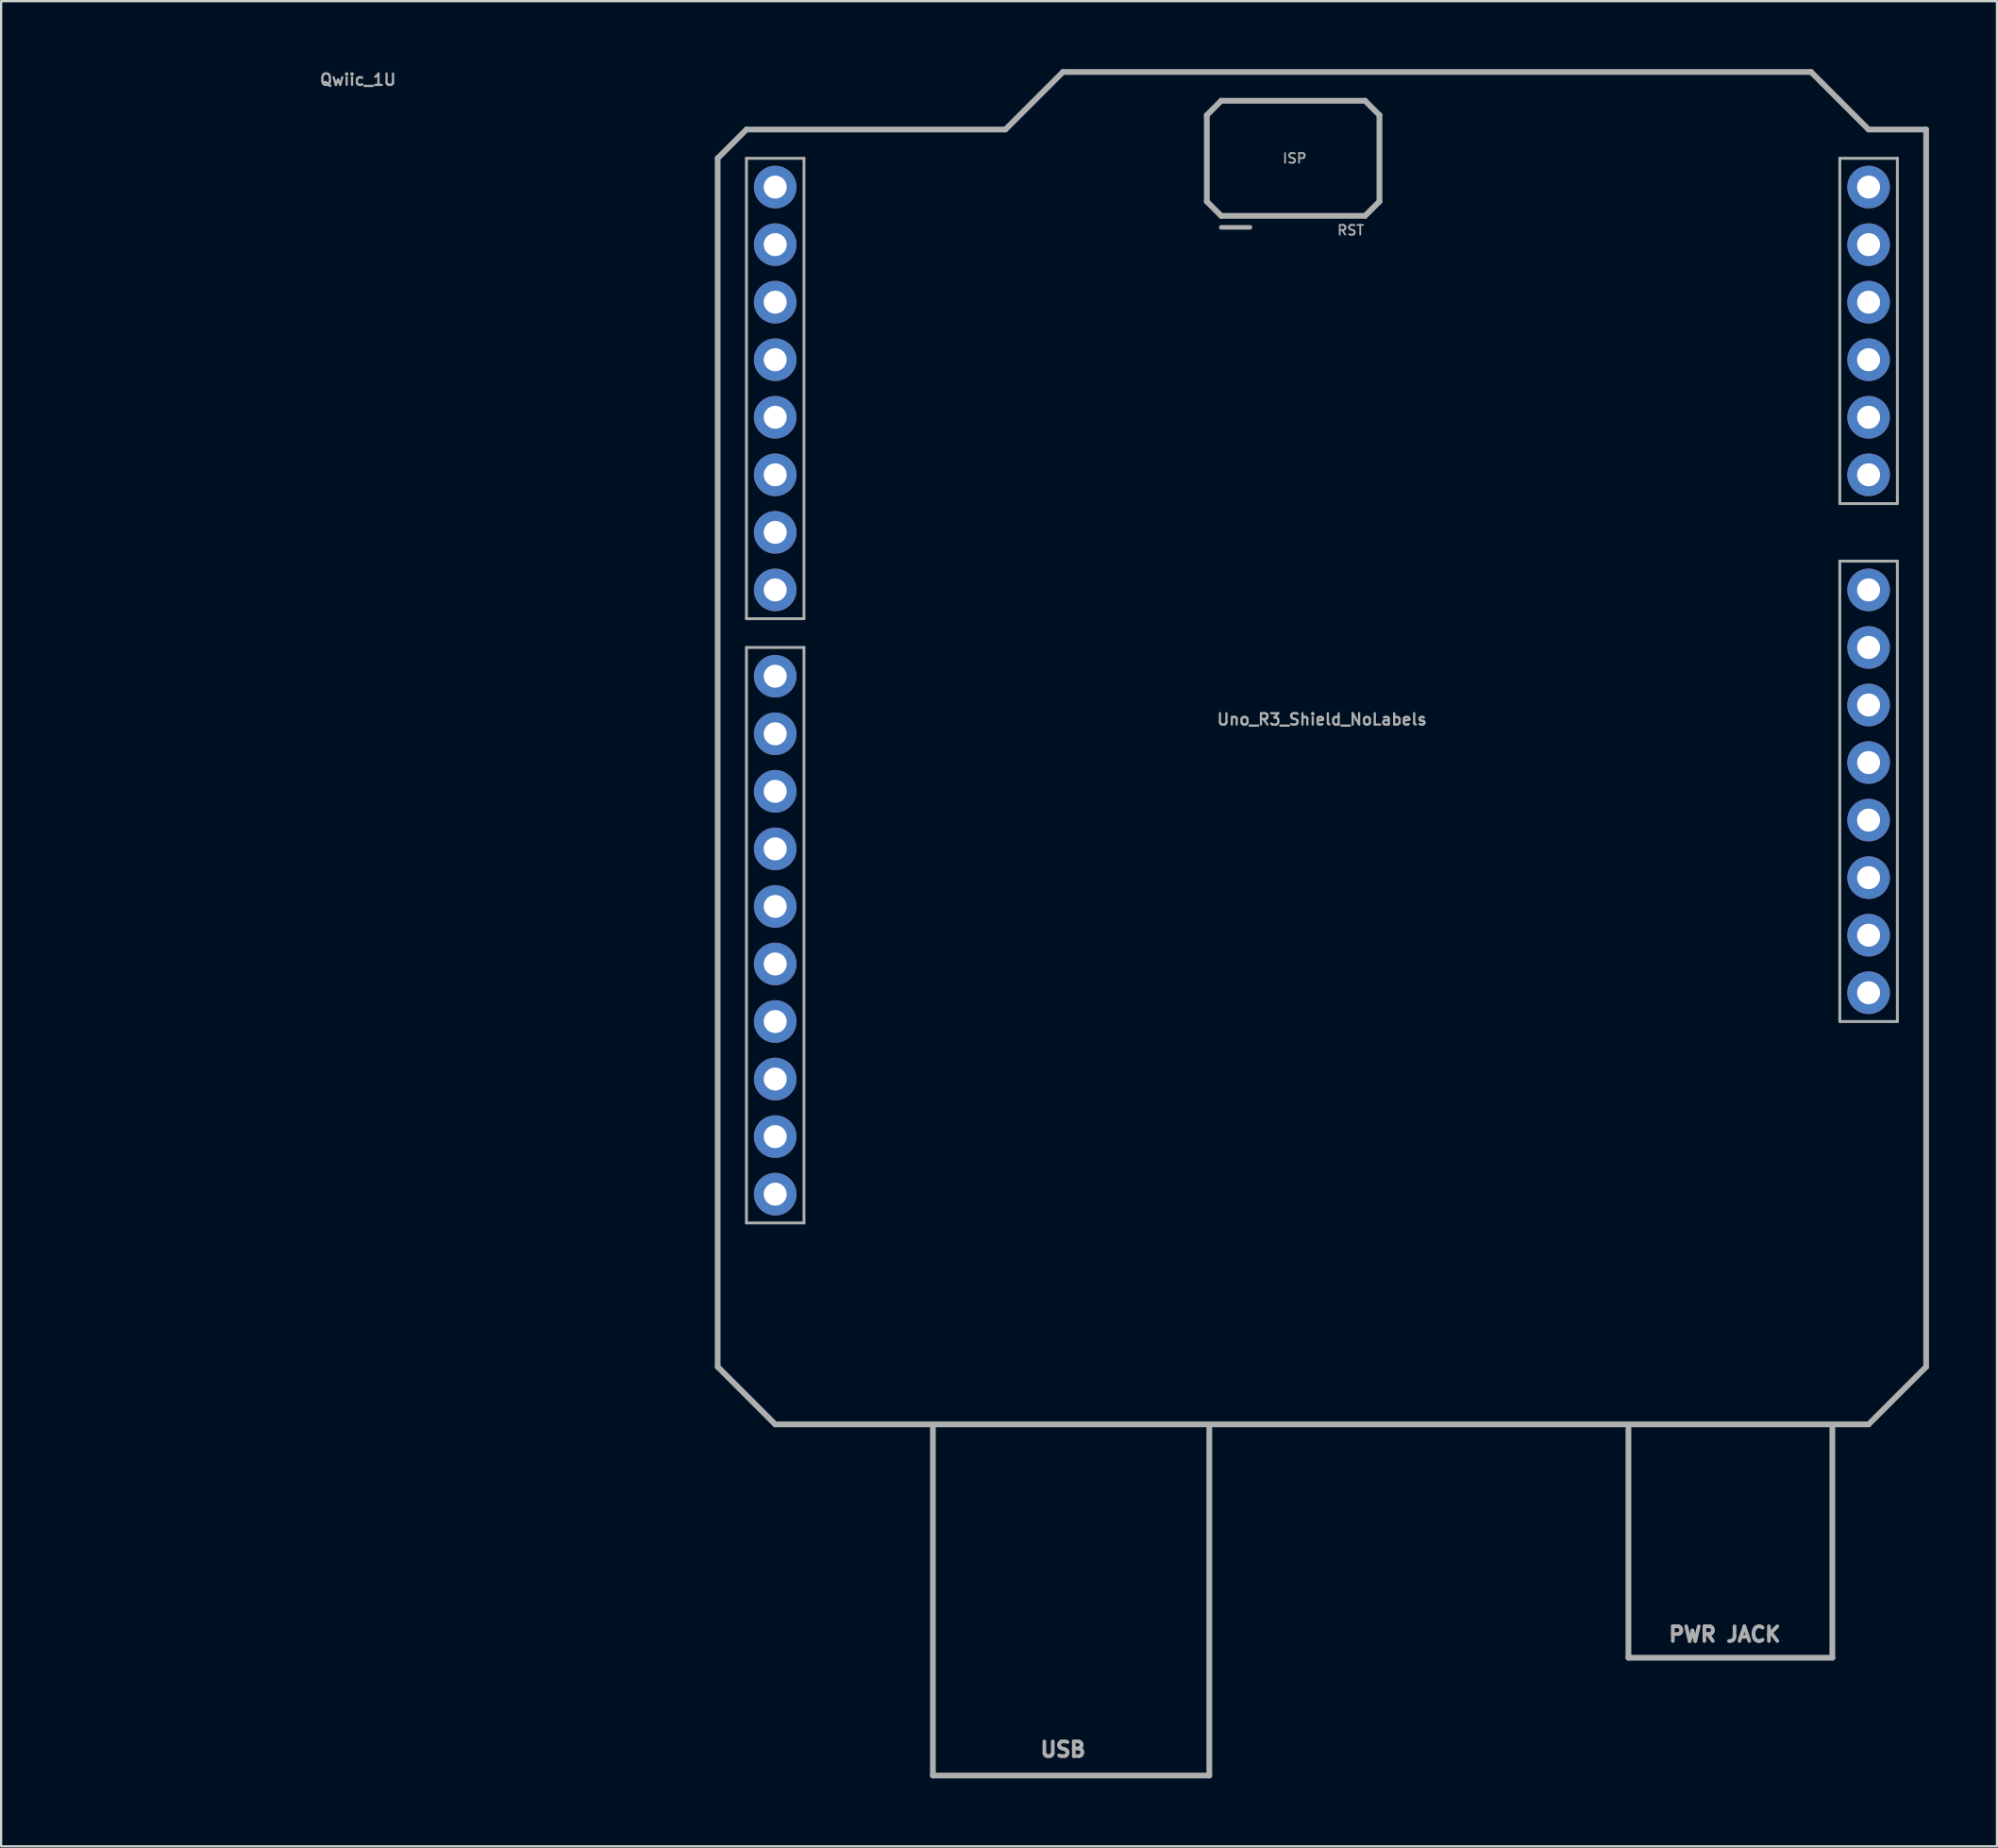
<source format=kicad_pcb>
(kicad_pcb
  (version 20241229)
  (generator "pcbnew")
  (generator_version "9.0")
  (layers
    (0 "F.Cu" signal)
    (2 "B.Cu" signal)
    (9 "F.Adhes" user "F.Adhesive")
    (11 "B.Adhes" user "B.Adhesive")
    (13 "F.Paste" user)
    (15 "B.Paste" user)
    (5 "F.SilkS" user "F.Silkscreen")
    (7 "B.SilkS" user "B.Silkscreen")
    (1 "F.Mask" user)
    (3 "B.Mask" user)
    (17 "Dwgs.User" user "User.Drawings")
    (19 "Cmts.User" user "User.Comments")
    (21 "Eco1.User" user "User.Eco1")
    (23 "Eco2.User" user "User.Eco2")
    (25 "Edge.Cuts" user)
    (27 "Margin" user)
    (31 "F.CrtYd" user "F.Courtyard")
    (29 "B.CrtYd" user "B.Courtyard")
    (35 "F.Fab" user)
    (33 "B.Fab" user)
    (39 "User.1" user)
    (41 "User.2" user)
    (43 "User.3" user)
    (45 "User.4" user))
  (footprint "Qwiic_1U"
    (layer "F.Cu")
    (at 12.75 14.438)
    (property "Reference" "Qwiic_1U" (at 0 -13.97 0) (unlocked yes) (layer "F.Fab") (effects (font (size 0.5 0.5) (thickness 0.1))))
    (fp_line (start -12.7 -12.7) (end 12.7 -12.7) (stroke (width 0.1) (type default)) (layer "User.1"))
    (fp_line (start -12.7 12.7) (end -12.7 -12.7) (stroke (width 0.1) (type default)) (layer "User.1"))
    (fp_line (start 12.7 -12.7) (end 12.7 12.7) (stroke (width 0.1) (type default)) (layer "User.1"))
    (fp_line (start 12.7 12.7) (end -12.7 12.7) (stroke (width 0.1) (type default)) (layer "User.1"))
    (fp_circle (center -10.16 -10.16) (end -8.89 -10.16) (stroke (width 0.1) (type default)) (fill no) (layer "User.1"))
    (fp_circle (center -10.16 10.16) (end -8.89 10.16) (stroke (width 0.1) (type default)) (fill no) (layer "User.1"))
    (fp_circle (center 10.16 -10.16) (end 11.43 -10.16) (stroke (width 0.1) (type default)) (fill no) (layer "User.1"))
    (fp_circle (center 10.16 10.16) (end 11.43 10.16) (stroke (width 0.1) (type default)) (fill no) (layer "User.1")))
  (footprint "Uno_R3_Shield_NoLabels"
    (layer "F.Cu")
    (at 55.297 29.337)
    (property "Reference" "Uno_R3_Shield_NoLabels" (at 0 -0.635 0) (unlocked yes) (layer "F.Fab") (effects (font (size 0.5 0.5) (thickness 0.1))))
    (fp_line (start -26.67 -25.4) (end -26.67 27.94) (stroke (width 0.254) (type solid)) (layer "F.Fab"))
    (fp_line (start -26.67 27.94) (end -24.13 30.48) (stroke (width 0.254) (type solid)) (layer "F.Fab"))
    (fp_line (start -25.4 -26.67) (end -26.67 -25.4) (stroke (width 0.254) (type solid)) (layer "F.Fab"))
    (fp_line (start -25.4 -25.4) (end -22.86 -25.4) (stroke (width 0.127) (type solid)) (layer "F.Fab"))
    (fp_line (start -25.4 -5.08) (end -25.4 -25.4) (stroke (width 0.127) (type solid)) (layer "F.Fab"))
    (fp_line (start -25.4 -3.81) (end -22.86 -3.81) (stroke (width 0.127) (type solid)) (layer "F.Fab"))
    (fp_line (start -25.4 21.59) (end -25.4 -3.81) (stroke (width 0.127) (type solid)) (layer "F.Fab"))
    (fp_line (start -24.13 30.48) (end -17.17 30.48) (stroke (width 0.254) (type solid)) (layer "F.Fab"))
    (fp_line (start -22.86 -25.4) (end -22.86 -5.08) (stroke (width 0.127) (type solid)) (layer "F.Fab"))
    (fp_line (start -22.86 -5.08) (end -25.4 -5.08) (stroke (width 0.127) (type solid)) (layer "F.Fab"))
    (fp_line (start -22.86 -3.81) (end -22.86 21.59) (stroke (width 0.127) (type solid)) (layer "F.Fab"))
    (fp_line (start -22.86 21.59) (end -25.4 21.59) (stroke (width 0.127) (type solid)) (layer "F.Fab"))
    (fp_line (start -17.17 30.48) (end -4.97 30.48) (stroke (width 0.254) (type solid)) (layer "F.Fab"))
    (fp_line (start -17.17 45.98) (end -17.17 30.48) (stroke (width 0.254) (type solid)) (layer "F.Fab"))
    (fp_line (start -17.17 45.98) (end -4.97 45.98) (stroke (width 0.254) (type solid)) (layer "F.Fab"))
    (fp_line (start -13.97 -26.67) (end -25.4 -26.67) (stroke (width 0.254) (type solid)) (layer "F.Fab"))
    (fp_line (start -11.43 -29.21) (end -13.97 -26.67) (stroke (width 0.254) (type solid)) (layer "F.Fab"))
    (fp_line (start -5.08 -27.305) (end -4.445 -27.94) (stroke (width 0.254) (type solid)) (layer "F.Fab"))
    (fp_line (start -5.08 -23.495) (end -5.08 -27.305) (stroke (width 0.254) (type solid)) (layer "F.Fab"))
    (fp_line (start -4.97 30.48) (end 24.13 30.48) (stroke (width 0.254) (type solid)) (layer "F.Fab"))
    (fp_line (start -4.97 45.98) (end -4.97 30.48) (stroke (width 0.254) (type solid)) (layer "F.Fab"))
    (fp_line (start -4.445 -27.94) (end 1.905 -27.94) (stroke (width 0.254) (type solid)) (layer "F.Fab"))
    (fp_line (start -4.445 -22.86) (end -5.08 -23.495) (stroke (width 0.254) (type solid)) (layer "F.Fab"))
    (fp_line (start -3.175 -22.352) (end -4.445 -22.352) (stroke (width 0.203) (type solid)) (layer "F.Fab"))
    (fp_line (start 1.905 -27.94) (end 2.54 -27.305) (stroke (width 0.254) (type solid)) (layer "F.Fab"))
    (fp_line (start 1.905 -22.86) (end -4.445 -22.86) (stroke (width 0.254) (type solid)) (layer "F.Fab"))
    (fp_line (start 2.54 -27.305) (end 2.54 -23.495) (stroke (width 0.254) (type solid)) (layer "F.Fab"))
    (fp_line (start 2.54 -23.495) (end 1.905 -22.86) (stroke (width 0.254) (type solid)) (layer "F.Fab"))
    (fp_line (start 13.53 40.78) (end 13.53 30.58) (stroke (width 0.254) (type solid)) (layer "F.Fab"))
    (fp_line (start 13.53 40.78) (end 22.53 40.78) (stroke (width 0.254) (type solid)) (layer "F.Fab"))
    (fp_line (start 21.59 -29.21) (end -11.43 -29.21) (stroke (width 0.254) (type solid)) (layer "F.Fab"))
    (fp_line (start 22.53 40.78) (end 22.53 30.58) (stroke (width 0.254) (type solid)) (layer "F.Fab"))
    (fp_line (start 22.86 -25.4) (end 25.4 -25.4) (stroke (width 0.127) (type solid)) (layer "F.Fab"))
    (fp_line (start 22.86 -10.16) (end 22.86 -25.4) (stroke (width 0.127) (type solid)) (layer "F.Fab"))
    (fp_line (start 22.86 -7.62) (end 22.86 12.7) (stroke (width 0.127) (type solid)) (layer "F.Fab"))
    (fp_line (start 22.86 12.7) (end 25.4 12.7) (stroke (width 0.127) (type solid)) (layer "F.Fab"))
    (fp_line (start 24.13 -26.67) (end 21.59 -29.21) (stroke (width 0.254) (type solid)) (layer "F.Fab"))
    (fp_line (start 24.13 30.48) (end 26.67 27.94) (stroke (width 0.254) (type solid)) (layer "F.Fab"))
    (fp_line (start 25.4 -25.4) (end 25.4 -10.16) (stroke (width 0.127) (type solid)) (layer "F.Fab"))
    (fp_line (start 25.4 -10.16) (end 22.86 -10.16) (stroke (width 0.127) (type solid)) (layer "F.Fab"))
    (fp_line (start 25.4 -7.62) (end 22.86 -7.62) (stroke (width 0.127) (type solid)) (layer "F.Fab"))
    (fp_line (start 25.4 12.7) (end 25.4 -7.62) (stroke (width 0.127) (type solid)) (layer "F.Fab"))
    (fp_line (start 26.67 -26.67) (end 24.13 -26.67) (stroke (width 0.254) (type solid)) (layer "F.Fab"))
    (fp_line (start 26.67 27.94) (end 26.67 -26.67) (stroke (width 0.254) (type solid)) (layer "F.Fab"))
    (fp_text user "ISP" (at -1.778 -25.146 0) (unlocked yes) (layer "F.Fab") (effects (font (size 0.432 0.432) (thickness 0.076)) (justify left bottom)))
    (fp_text user "PWR JACK" (at 17.78 39.37 0) (unlocked yes) (layer "F.Fab") (effects (font (size 0.65 0.65) (thickness 0.163)) (justify top)))
    (fp_text user "RST" (at 0.635 -21.971 0) (unlocked yes) (layer "F.Fab") (effects (font (size 0.432 0.432) (thickness 0.076)) (justify left bottom)))
    (fp_text user "USB" (at -11.43 44.45 0) (unlocked yes) (layer "F.Fab") (effects (font (size 0.65 0.65) (thickness 0.163)) (justify top)))
    (pad "3.3V" thru_hole circle (at 24.13 3.81 90) (size 1.88 1.88) (drill 1.016) (layers "*.Cu" "*.Mask"))
    (pad "5V" thru_hole circle (at 24.13 1.27 90) (size 1.88 1.88) (drill 1.016) (layers "*.Cu" "*.Mask"))
    (pad "A0" thru_hole circle (at 24.13 -11.43 90) (size 1.88 1.88) (drill 1.016) (layers "*.Cu" "*.Mask"))
    (pad "A1" thru_hole circle (at 24.13 -13.97 90) (size 1.88 1.88) (drill 1.016) (layers "*.Cu" "*.Mask"))
    (pad "A2" thru_hole circle (at 24.13 -16.51 90) (size 1.88 1.88) (drill 1.016) (layers "*.Cu" "*.Mask"))
    (pad "A3" thru_hole circle (at 24.13 -19.05 90) (size 1.88 1.88) (drill 1.016) (layers "*.Cu" "*.Mask"))
    (pad "A4/SDA" thru_hole circle (at -24.13 17.78 90) (size 1.88 1.88) (drill 1.016) (layers "*.Cu" "*.Mask"))
    (pad "A4/SDA" thru_hole circle (at 24.13 -21.59 90) (size 1.88 1.88) (drill 1.016) (layers "*.Cu" "*.Mask"))
    (pad "A5/SCL" thru_hole circle (at -24.13 20.32 90) (size 1.88 1.88) (drill 1.016) (layers "*.Cu" "*.Mask"))
    (pad "A5/SCL" thru_hole circle (at 24.13 -24.13 90) (size 1.88 1.88) (drill 1.016) (layers "*.Cu" "*.Mask"))
    (pad "AREF" thru_hole circle (at -24.13 15.24 90) (size 1.88 1.88) (drill 1.016) (layers "*.Cu" "*.Mask"))
    (pad "D0/TXO" thru_hole circle (at -24.13 -24.13 90) (size 1.88 1.88) (drill 1.016) (layers "*.Cu" "*.Mask"))
    (pad "D1/RXI" thru_hole circle (at -24.13 -21.59 90) (size 1.88 1.88) (drill 1.016) (layers "*.Cu" "*.Mask"))
    (pad "D2" thru_hole circle (at -24.13 -19.05 90) (size 1.88 1.88) (drill 1.016) (layers "*.Cu" "*.Mask"))
    (pad "D3" thru_hole circle (at -24.13 -16.51 90) (size 1.88 1.88) (drill 1.016) (layers "*.Cu" "*.Mask"))
    (pad "D4" thru_hole circle (at -24.13 -13.97 90) (size 1.88 1.88) (drill 1.016) (layers "*.Cu" "*.Mask"))
    (pad "D5" thru_hole circle (at -24.13 -11.43 90) (size 1.88 1.88) (drill 1.016) (layers "*.Cu" "*.Mask"))
    (pad "D6" thru_hole circle (at -24.13 -8.89 90) (size 1.88 1.88) (drill 1.016) (layers "*.Cu" "*.Mask"))
    (pad "D7" thru_hole circle (at -24.13 -6.35 90) (size 1.88 1.88) (drill 1.016) (layers "*.Cu" "*.Mask"))
    (pad "D8" thru_hole circle (at -24.13 -2.54 90) (size 1.88 1.88) (drill 1.016) (layers "*.Cu" "*.Mask"))
    (pad "D9" thru_hole circle (at -24.13 0 90) (size 1.88 1.88) (drill 1.016) (layers "*.Cu" "*.Mask"))
    (pad "D10" thru_hole circle (at -24.13 2.54 90) (size 1.88 1.88) (drill 1.016) (layers "*.Cu" "*.Mask"))
    (pad "D11" thru_hole circle (at -24.13 5.08 90) (size 1.88 1.88) (drill 1.016) (layers "*.Cu" "*.Mask"))
    (pad "D12" thru_hole circle (at -24.13 7.62 90) (size 1.88 1.88) (drill 1.016) (layers "*.Cu" "*.Mask"))
    (pad "D13" thru_hole circle (at -24.13 10.16 90) (size 1.88 1.88) (drill 1.016) (layers "*.Cu" "*.Mask"))
    (pad "GND" thru_hole circle (at -24.13 12.7 90) (size 1.88 1.88) (drill 1.016) (layers "*.Cu" "*.Mask"))
    (pad "GND" thru_hole circle (at 24.13 -3.81 90) (size 1.88 1.88) (drill 1.016) (layers "*.Cu" "*.Mask"))
    (pad "GND" thru_hole circle (at 24.13 -1.27 90) (size 1.88 1.88) (drill 1.016) (layers "*.Cu" "*.Mask"))
    (pad "IOREF" thru_hole circle (at 24.13 8.89 90) (size 1.88 1.88) (drill 1.016) (layers "*.Cu" "*.Mask"))
    (pad "NC" thru_hole circle (at 24.13 11.43 90) (size 1.88 1.88) (drill 1.016) (layers "*.Cu" "*.Mask"))
    (pad "VIN" thru_hole circle (at 24.13 -6.35 90) (size 1.88 1.88) (drill 1.016) (layers "*.Cu" "*.Mask"))
    (pad "~{RESET}" thru_hole circle (at 24.13 6.35 90) (size 1.88 1.88) (drill 1.016) (layers "*.Cu" "*.Mask")))
  (gr_rect
    (start -3 -3)
    (end 85.094 78.444)
    (stroke (width 0.1) (type default))
    (fill no)
    (layer "Edge.Cuts")))
</source>
